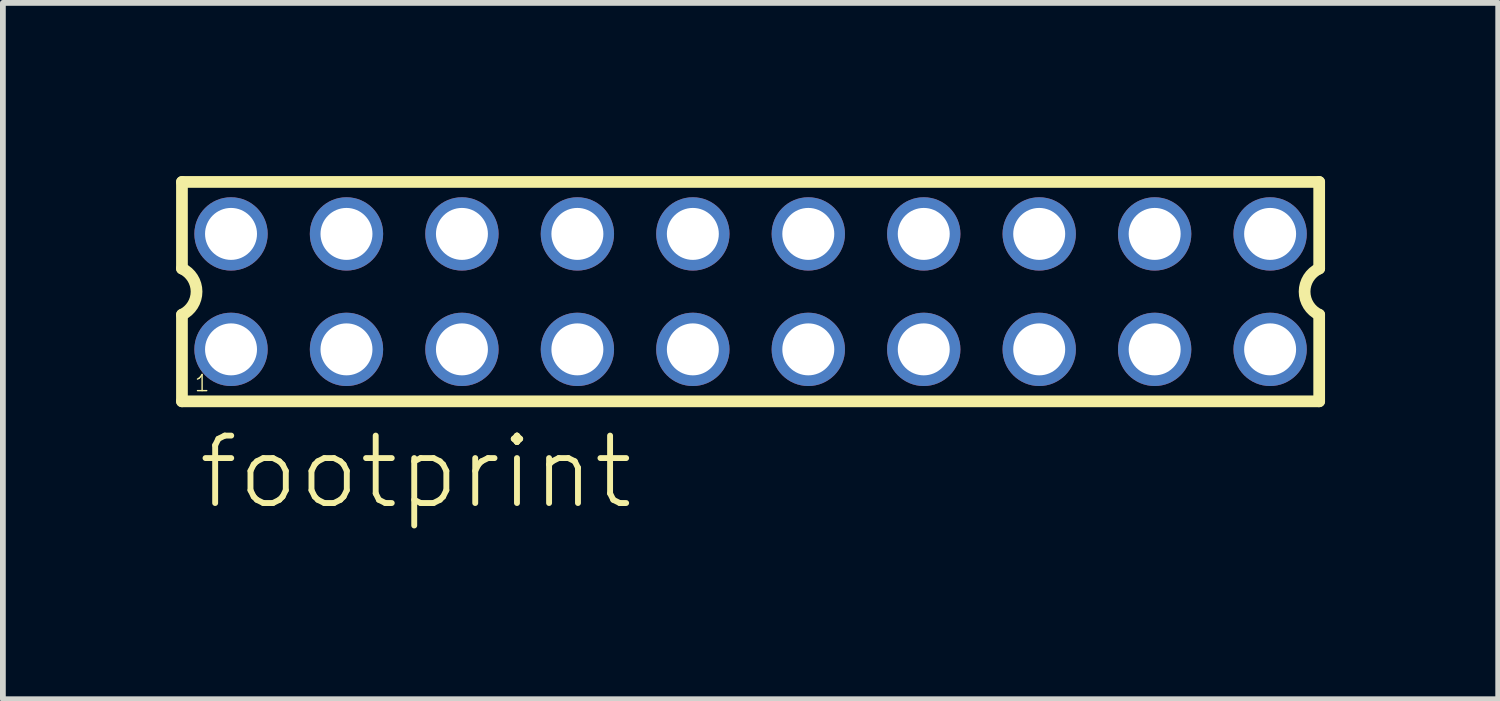
<source format=kicad_pcb>
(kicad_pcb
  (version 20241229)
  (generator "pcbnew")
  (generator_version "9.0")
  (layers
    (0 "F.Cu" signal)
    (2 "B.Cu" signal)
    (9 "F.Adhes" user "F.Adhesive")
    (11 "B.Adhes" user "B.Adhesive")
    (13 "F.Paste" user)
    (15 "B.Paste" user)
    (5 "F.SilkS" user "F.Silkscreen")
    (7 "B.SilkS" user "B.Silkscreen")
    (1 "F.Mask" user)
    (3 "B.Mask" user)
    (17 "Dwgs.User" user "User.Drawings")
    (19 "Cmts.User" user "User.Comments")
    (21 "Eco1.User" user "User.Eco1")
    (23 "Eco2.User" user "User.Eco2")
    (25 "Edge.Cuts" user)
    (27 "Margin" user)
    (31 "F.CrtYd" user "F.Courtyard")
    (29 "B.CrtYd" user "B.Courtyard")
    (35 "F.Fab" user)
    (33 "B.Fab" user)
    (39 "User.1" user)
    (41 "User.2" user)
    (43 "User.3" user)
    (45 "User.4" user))
  (footprint "footprint"
    (layer "F.Cu")
    (at 9.952 2.002)
    (property "Reference" "footprint" (at -9.62 3.81 0) (layer "F.SilkS") (effects (font (size 1.168 1.168) (thickness 0.102)) (justify left bottom)))
    (fp_line (start -9.85 -1.9) (end -9.85 -0.4) (stroke (width 0.203) (type solid)) (layer "F.SilkS"))
    (fp_line (start -9.85 0.4) (end -9.85 1.9) (stroke (width 0.203) (type solid)) (layer "F.SilkS"))
    (fp_line (start -9.85 1.9) (end 9.85 1.9) (stroke (width 0.203) (type solid)) (layer "F.SilkS"))
    (fp_line (start 9.85 -1.9) (end -9.85 -1.9) (stroke (width 0.203) (type solid)) (layer "F.SilkS"))
    (fp_line (start 9.85 -0.4) (end 9.85 -1.9) (stroke (width 0.203) (type solid)) (layer "F.SilkS"))
    (fp_line (start 9.85 1.9) (end 9.85 0.4) (stroke (width 0.203) (type solid)) (layer "F.SilkS"))
    (fp_arc (start -9.85 -0.4) (mid -9.597168 -0.000001) (end -9.849998 0.399999) (stroke (width 0.2032) (type solid)) (layer "F.SilkS"))
    (fp_arc (start 9.85 0.4) (mid 9.597168 0.000001) (end 9.849998 -0.399999) (stroke (width 0.2032) (type solid)) (layer "F.SilkS"))
    (fp_poly (pts (xy -9.25 -0.75) (xy -8.75 -0.75) (xy -8.75 -1.25) (xy -9.25 -1.25)) (stroke (width 0.1) (type solid)) (fill no) (layer "F.Fab"))
    (fp_poly (pts (xy -9.25 1.25) (xy -8.75 1.25) (xy -8.75 0.75) (xy -9.25 0.75)) (stroke (width 0.1) (type solid)) (fill no) (layer "F.Fab"))
    (fp_poly (pts (xy -7.25 -0.75) (xy -6.75 -0.75) (xy -6.75 -1.25) (xy -7.25 -1.25)) (stroke (width 0.1) (type solid)) (fill no) (layer "F.Fab"))
    (fp_poly (pts (xy -7.25 1.25) (xy -6.75 1.25) (xy -6.75 0.75) (xy -7.25 0.75)) (stroke (width 0.1) (type solid)) (fill no) (layer "F.Fab"))
    (fp_poly (pts (xy -5.25 -0.75) (xy -4.75 -0.75) (xy -4.75 -1.25) (xy -5.25 -1.25)) (stroke (width 0.1) (type solid)) (fill no) (layer "F.Fab"))
    (fp_poly (pts (xy -5.25 1.25) (xy -4.75 1.25) (xy -4.75 0.75) (xy -5.25 0.75)) (stroke (width 0.1) (type solid)) (fill no) (layer "F.Fab"))
    (fp_poly (pts (xy -3.25 -0.75) (xy -2.75 -0.75) (xy -2.75 -1.25) (xy -3.25 -1.25)) (stroke (width 0.1) (type solid)) (fill no) (layer "F.Fab"))
    (fp_poly (pts (xy -3.25 1.25) (xy -2.75 1.25) (xy -2.75 0.75) (xy -3.25 0.75)) (stroke (width 0.1) (type solid)) (fill no) (layer "F.Fab"))
    (fp_poly (pts (xy -1.25 -0.75) (xy -0.75 -0.75) (xy -0.75 -1.25) (xy -1.25 -1.25)) (stroke (width 0.1) (type solid)) (fill no) (layer "F.Fab"))
    (fp_poly (pts (xy -1.25 1.25) (xy -0.75 1.25) (xy -0.75 0.75) (xy -1.25 0.75)) (stroke (width 0.1) (type solid)) (fill no) (layer "F.Fab"))
    (fp_poly (pts (xy 0.75 -0.75) (xy 1.25 -0.75) (xy 1.25 -1.25) (xy 0.75 -1.25)) (stroke (width 0.1) (type solid)) (fill no) (layer "F.Fab"))
    (fp_poly (pts (xy 0.75 1.25) (xy 1.25 1.25) (xy 1.25 0.75) (xy 0.75 0.75)) (stroke (width 0.1) (type solid)) (fill no) (layer "F.Fab"))
    (fp_poly (pts (xy 2.75 -0.75) (xy 3.25 -0.75) (xy 3.25 -1.25) (xy 2.75 -1.25)) (stroke (width 0.1) (type solid)) (fill no) (layer "F.Fab"))
    (fp_poly (pts (xy 2.75 1.25) (xy 3.25 1.25) (xy 3.25 0.75) (xy 2.75 0.75)) (stroke (width 0.1) (type solid)) (fill no) (layer "F.Fab"))
    (fp_poly (pts (xy 4.75 -0.75) (xy 5.25 -0.75) (xy 5.25 -1.25) (xy 4.75 -1.25)) (stroke (width 0.1) (type solid)) (fill no) (layer "F.Fab"))
    (fp_poly (pts (xy 4.75 1.25) (xy 5.25 1.25) (xy 5.25 0.75) (xy 4.75 0.75)) (stroke (width 0.1) (type solid)) (fill no) (layer "F.Fab"))
    (fp_poly (pts (xy 6.75 -0.75) (xy 7.25 -0.75) (xy 7.25 -1.25) (xy 6.75 -1.25)) (stroke (width 0.1) (type solid)) (fill no) (layer "F.Fab"))
    (fp_poly (pts (xy 6.75 1.25) (xy 7.25 1.25) (xy 7.25 0.75) (xy 6.75 0.75)) (stroke (width 0.1) (type solid)) (fill no) (layer "F.Fab"))
    (fp_poly (pts (xy 8.75 -0.75) (xy 9.25 -0.75) (xy 9.25 -1.25) (xy 8.75 -1.25)) (stroke (width 0.1) (type solid)) (fill no) (layer "F.Fab"))
    (fp_poly (pts (xy 8.75 1.25) (xy 9.25 1.25) (xy 9.25 0.75) (xy 8.75 0.75)) (stroke (width 0.1) (type solid)) (fill no) (layer "F.Fab"))
    (fp_text user "1" (at -9.65 1.75 0) (layer "F.SilkS") (effects (font (size 0.28 0.28) (thickness 0.024)) (justify left bottom)))
    (pad "1" thru_hole circle (at -9 1) (size 1.27 1.27) (drill 0.9) (layers "*.Cu" "*.Mask"))
    (pad "2" thru_hole circle (at -9 -1) (size 1.27 1.27) (drill 0.9) (layers "*.Cu" "*.Mask"))
    (pad "3" thru_hole circle (at -7 1) (size 1.27 1.27) (drill 0.9) (layers "*.Cu" "*.Mask"))
    (pad "4" thru_hole circle (at -7 -1) (size 1.27 1.27) (drill 0.9) (layers "*.Cu" "*.Mask"))
    (pad "5" thru_hole circle (at -5 1) (size 1.27 1.27) (drill 0.9) (layers "*.Cu" "*.Mask"))
    (pad "6" thru_hole circle (at -5 -1) (size 1.27 1.27) (drill 0.9) (layers "*.Cu" "*.Mask"))
    (pad "7" thru_hole circle (at -3 1) (size 1.27 1.27) (drill 0.9) (layers "*.Cu" "*.Mask"))
    (pad "8" thru_hole circle (at -3 -1) (size 1.27 1.27) (drill 0.9) (layers "*.Cu" "*.Mask"))
    (pad "9" thru_hole circle (at -1 1) (size 1.27 1.27) (drill 0.9) (layers "*.Cu" "*.Mask"))
    (pad "10" thru_hole circle (at -1 -1) (size 1.27 1.27) (drill 0.9) (layers "*.Cu" "*.Mask"))
    (pad "11" thru_hole circle (at 1 1) (size 1.27 1.27) (drill 0.9) (layers "*.Cu" "*.Mask"))
    (pad "12" thru_hole circle (at 1 -1) (size 1.27 1.27) (drill 0.9) (layers "*.Cu" "*.Mask"))
    (pad "13" thru_hole circle (at 3 1) (size 1.27 1.27) (drill 0.9) (layers "*.Cu" "*.Mask"))
    (pad "14" thru_hole circle (at 3 -1) (size 1.27 1.27) (drill 0.9) (layers "*.Cu" "*.Mask"))
    (pad "15" thru_hole circle (at 5 1) (size 1.27 1.27) (drill 0.9) (layers "*.Cu" "*.Mask"))
    (pad "16" thru_hole circle (at 5 -1) (size 1.27 1.27) (drill 0.9) (layers "*.Cu" "*.Mask"))
    (pad "17" thru_hole circle (at 7 1) (size 1.27 1.27) (drill 0.9) (layers "*.Cu" "*.Mask"))
    (pad "18" thru_hole circle (at 7 -1) (size 1.27 1.27) (drill 0.9) (layers "*.Cu" "*.Mask"))
    (pad "19" thru_hole circle (at 9 1) (size 1.27 1.27) (drill 0.9) (layers "*.Cu" "*.Mask"))
    (pad "20" thru_hole circle (at 9 -1) (size 1.27 1.27) (drill 0.9) (layers "*.Cu" "*.Mask")))
  (gr_rect
    (start -3 -3)
    (end 22.903 9.062)
    (stroke (width 0.1) (type default))
    (fill no)
    (layer "Edge.Cuts")))
</source>
